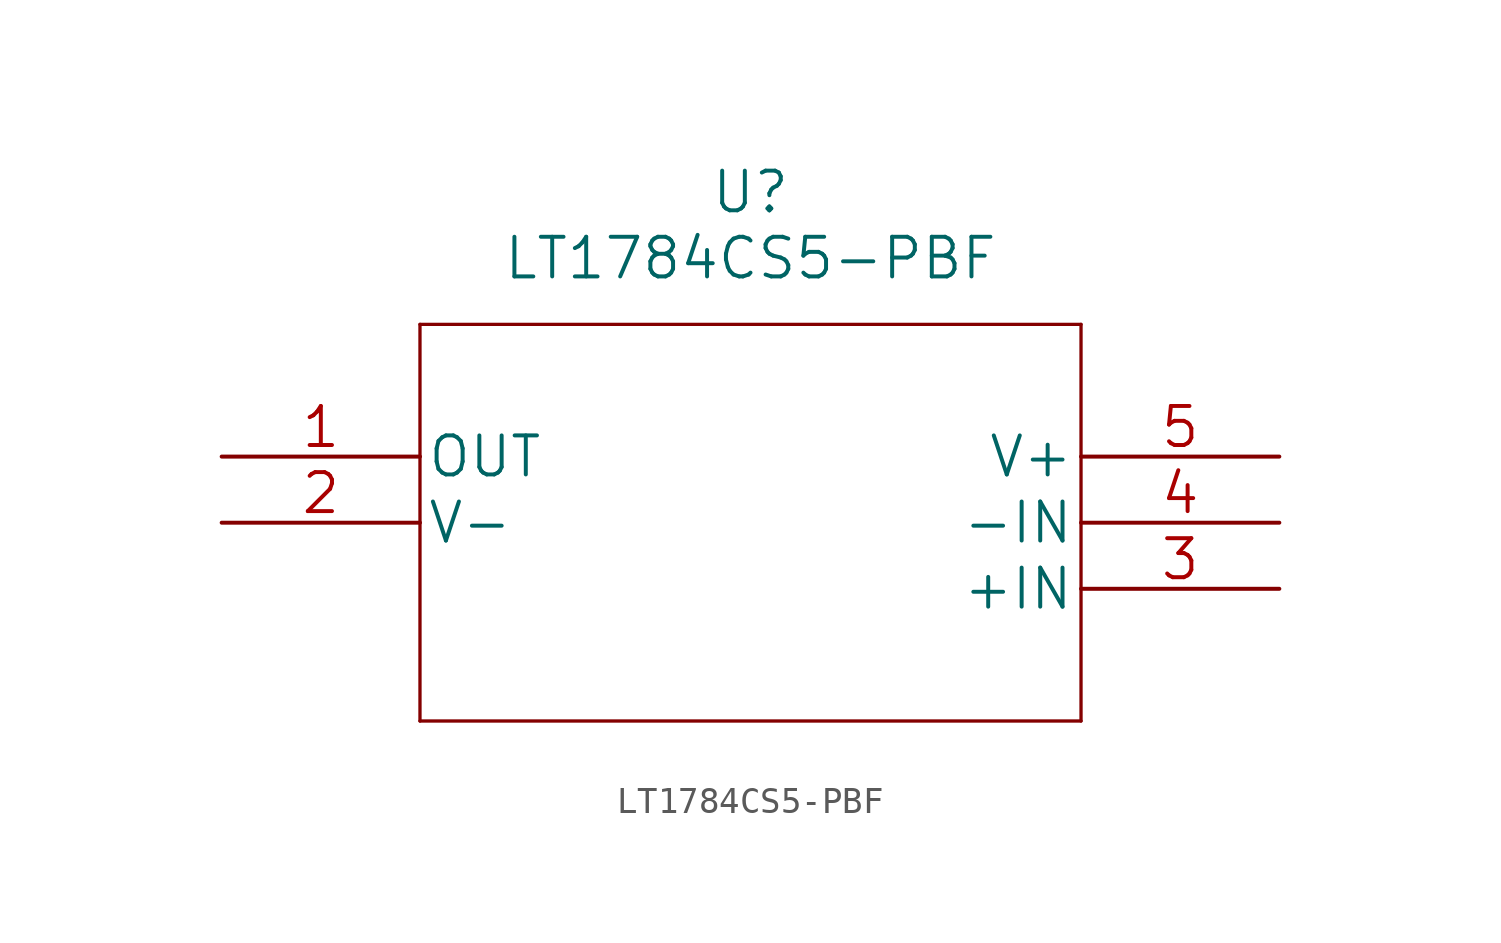
<source format=kicad_sym>
(kicad_symbol_lib
  (version 20211014)
  (generator kicad_symbol_editor)
  (symbol "LT1784CS5-PBF"
    (pin_names
      (offset 0.254))
    (property "Reference" "U"
      (at 20.32 10.16 0)
      (effects (font (size 1.524 1.524))))
    (property "Value" "LT1784CS5-PBF"
      (at 20.32 7.62 0)
      (effects (font (size 1.524 1.524))))
    (property "Datasheet" ""
      (at 0 0 0)
      (effects (font (size 1.524 1.524))))
    (property "ki_locked" ""
      (at 0 0 0)
      (effects (font (size 1.27 1.27))))
    (symbol "LT1784CS5-PBF_1_1"
      (polyline (pts (xy 7.62 -10.16) (xy 33.02 -10.16)) (stroke (width 0.127) (type default) (color 0 0 0 0)) (fill (type none)))
      (polyline (pts (xy 7.62 5.08) (xy 7.62 -10.16)) (stroke (width 0.127) (type default) (color 0 0 0 0)) (fill (type none)))
      (polyline (pts (xy 33.02 -10.16) (xy 33.02 5.08)) (stroke (width 0.127) (type default) (color 0 0 0 0)) (fill (type none)))
      (polyline (pts (xy 33.02 5.08) (xy 7.62 5.08)) (stroke (width 0.127) (type default) (color 0 0 0 0)) (fill (type none)))
      (pin output line (at 0 0 0) (length 7.62) (name "OUT" (effects (font (size 1.499 1.499)))) (number "1" (effects (font (size 1.499 1.499)))))
      (pin power_in line (at 0 -2.54 0) (length 7.62) (name "V-" (effects (font (size 1.499 1.499)))) (number "2" (effects (font (size 1.499 1.499)))))
      (pin input line (at 40.64 -5.08 180) (length 7.62) (name "+IN" (effects (font (size 1.499 1.499)))) (number "3" (effects (font (size 1.499 1.499)))))
      (pin input line (at 40.64 -2.54 180) (length 7.62) (name "-IN" (effects (font (size 1.499 1.499)))) (number "4" (effects (font (size 1.499 1.499)))))
      (pin power_in line (at 40.64 0 180) (length 7.62) (name "V+" (effects (font (size 1.499 1.499)))) (number "5" (effects (font (size 1.499 1.499))))))))
</source>
